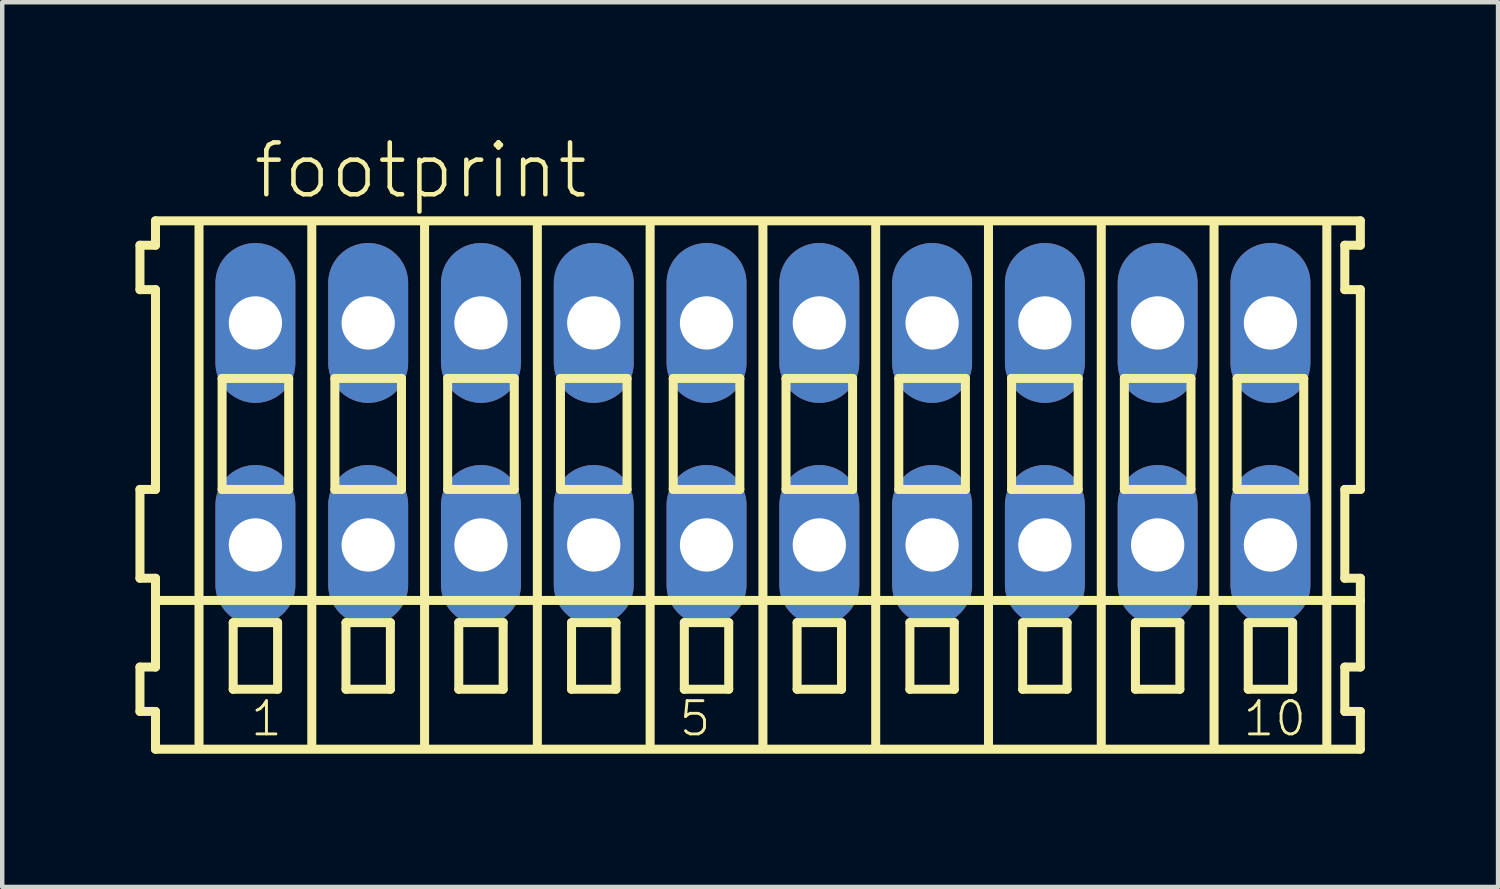
<source format=kicad_pcb>
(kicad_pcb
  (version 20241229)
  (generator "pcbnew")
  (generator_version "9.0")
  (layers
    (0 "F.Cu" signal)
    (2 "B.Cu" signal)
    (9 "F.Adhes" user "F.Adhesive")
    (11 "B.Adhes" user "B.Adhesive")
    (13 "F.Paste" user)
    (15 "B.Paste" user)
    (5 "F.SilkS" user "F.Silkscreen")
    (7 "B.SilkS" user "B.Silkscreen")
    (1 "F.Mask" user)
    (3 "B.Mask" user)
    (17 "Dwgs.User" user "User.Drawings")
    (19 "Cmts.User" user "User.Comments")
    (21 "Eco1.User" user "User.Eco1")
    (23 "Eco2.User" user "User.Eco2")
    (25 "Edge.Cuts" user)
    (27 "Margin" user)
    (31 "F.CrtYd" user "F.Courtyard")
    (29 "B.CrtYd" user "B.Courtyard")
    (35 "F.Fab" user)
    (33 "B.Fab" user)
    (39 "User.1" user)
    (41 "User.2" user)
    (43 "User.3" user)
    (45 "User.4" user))
  (footprint "footprint"
    (layer "F.Cu")
    (at 14.132 6.723)
    (property "Reference" "footprint" (at -11.53 -5.25 0) (layer "F.SilkS") (effects (font (size 1.168 1.168) (thickness 0.102)) (justify left bottom)))
    (fp_line (start -14.03 -4.25) (end -14.03 -3.25) (stroke (width 0.203) (type solid)) (layer "F.SilkS"))
    (fp_line (start -14.03 -3.25) (end -13.68 -3.25) (stroke (width 0.203) (type solid)) (layer "F.SilkS"))
    (fp_line (start -14.03 1.25) (end -14.03 3.25) (stroke (width 0.203) (type solid)) (layer "F.SilkS"))
    (fp_line (start -14.03 3.25) (end -13.68 3.25) (stroke (width 0.203) (type solid)) (layer "F.SilkS"))
    (fp_line (start -14.03 5.25) (end -14.03 6.25) (stroke (width 0.203) (type solid)) (layer "F.SilkS"))
    (fp_line (start -14.03 6.25) (end -13.68 6.25) (stroke (width 0.203) (type solid)) (layer "F.SilkS"))
    (fp_line (start -13.68 -4.8) (end -13.68 -4.25) (stroke (width 0.203) (type solid)) (layer "F.SilkS"))
    (fp_line (start -13.68 -4.25) (end -14.03 -4.25) (stroke (width 0.203) (type solid)) (layer "F.SilkS"))
    (fp_line (start -13.68 -3.25) (end -13.68 1.25) (stroke (width 0.203) (type solid)) (layer "F.SilkS"))
    (fp_line (start -13.68 1.25) (end -14.03 1.25) (stroke (width 0.203) (type solid)) (layer "F.SilkS"))
    (fp_line (start -13.68 3.25) (end -13.68 5.25) (stroke (width 0.203) (type solid)) (layer "F.SilkS"))
    (fp_line (start -13.68 3.75) (end 13.455 3.75) (stroke (width 0.203) (type solid)) (layer "F.SilkS"))
    (fp_line (start -13.68 5.25) (end -14.03 5.25) (stroke (width 0.203) (type solid)) (layer "F.SilkS"))
    (fp_line (start -13.68 6.25) (end -13.68 7.1) (stroke (width 0.203) (type solid)) (layer "F.SilkS"))
    (fp_line (start -13.68 7.1) (end 13.455 7.1) (stroke (width 0.203) (type solid)) (layer "F.SilkS"))
    (fp_line (start -12.7 6.985) (end -12.7 -4.699) (stroke (width 0.203) (type solid)) (layer "F.SilkS"))
    (fp_line (start -12.18 -1.25) (end -12.18 1.25) (stroke (width 0.203) (type solid)) (layer "F.SilkS"))
    (fp_line (start -12.18 1.25) (end -10.68 1.25) (stroke (width 0.203) (type solid)) (layer "F.SilkS"))
    (fp_line (start -11.93 4.25) (end -11.93 5.75) (stroke (width 0.203) (type solid)) (layer "F.SilkS"))
    (fp_line (start -11.93 5.75) (end -10.93 5.75) (stroke (width 0.203) (type solid)) (layer "F.SilkS"))
    (fp_line (start -10.93 4.25) (end -11.93 4.25) (stroke (width 0.203) (type solid)) (layer "F.SilkS"))
    (fp_line (start -10.93 5.75) (end -10.93 4.25) (stroke (width 0.203) (type solid)) (layer "F.SilkS"))
    (fp_line (start -10.68 -1.25) (end -12.18 -1.25) (stroke (width 0.203) (type solid)) (layer "F.SilkS"))
    (fp_line (start -10.68 1.25) (end -10.68 -1.25) (stroke (width 0.203) (type solid)) (layer "F.SilkS"))
    (fp_line (start -10.16 6.985) (end -10.16 -4.699) (stroke (width 0.203) (type solid)) (layer "F.SilkS"))
    (fp_line (start -9.64 -1.25) (end -9.64 1.25) (stroke (width 0.203) (type solid)) (layer "F.SilkS"))
    (fp_line (start -9.64 1.25) (end -8.14 1.25) (stroke (width 0.203) (type solid)) (layer "F.SilkS"))
    (fp_line (start -9.39 4.25) (end -9.39 5.75) (stroke (width 0.203) (type solid)) (layer "F.SilkS"))
    (fp_line (start -9.39 5.75) (end -8.39 5.75) (stroke (width 0.203) (type solid)) (layer "F.SilkS"))
    (fp_line (start -8.39 4.25) (end -9.39 4.25) (stroke (width 0.203) (type solid)) (layer "F.SilkS"))
    (fp_line (start -8.39 5.75) (end -8.39 4.25) (stroke (width 0.203) (type solid)) (layer "F.SilkS"))
    (fp_line (start -8.14 -1.25) (end -9.64 -1.25) (stroke (width 0.203) (type solid)) (layer "F.SilkS"))
    (fp_line (start -8.14 1.25) (end -8.14 -1.25) (stroke (width 0.203) (type solid)) (layer "F.SilkS"))
    (fp_line (start -7.62 6.985) (end -7.62 -4.699) (stroke (width 0.203) (type solid)) (layer "F.SilkS"))
    (fp_line (start -7.1 -1.25) (end -7.1 1.25) (stroke (width 0.203) (type solid)) (layer "F.SilkS"))
    (fp_line (start -7.1 1.25) (end -5.6 1.25) (stroke (width 0.203) (type solid)) (layer "F.SilkS"))
    (fp_line (start -6.85 4.25) (end -6.85 5.75) (stroke (width 0.203) (type solid)) (layer "F.SilkS"))
    (fp_line (start -6.85 5.75) (end -5.85 5.75) (stroke (width 0.203) (type solid)) (layer "F.SilkS"))
    (fp_line (start -5.85 4.25) (end -6.85 4.25) (stroke (width 0.203) (type solid)) (layer "F.SilkS"))
    (fp_line (start -5.85 5.75) (end -5.85 4.25) (stroke (width 0.203) (type solid)) (layer "F.SilkS"))
    (fp_line (start -5.6 -1.25) (end -7.1 -1.25) (stroke (width 0.203) (type solid)) (layer "F.SilkS"))
    (fp_line (start -5.6 1.25) (end -5.6 -1.25) (stroke (width 0.203) (type solid)) (layer "F.SilkS"))
    (fp_line (start -5.08 6.985) (end -5.08 -4.699) (stroke (width 0.203) (type solid)) (layer "F.SilkS"))
    (fp_line (start -4.56 -1.25) (end -4.56 1.25) (stroke (width 0.203) (type solid)) (layer "F.SilkS"))
    (fp_line (start -4.56 1.25) (end -3.06 1.25) (stroke (width 0.203) (type solid)) (layer "F.SilkS"))
    (fp_line (start -4.31 4.25) (end -4.31 5.75) (stroke (width 0.203) (type solid)) (layer "F.SilkS"))
    (fp_line (start -4.31 5.75) (end -3.31 5.75) (stroke (width 0.203) (type solid)) (layer "F.SilkS"))
    (fp_line (start -3.31 4.25) (end -4.31 4.25) (stroke (width 0.203) (type solid)) (layer "F.SilkS"))
    (fp_line (start -3.31 5.75) (end -3.31 4.25) (stroke (width 0.203) (type solid)) (layer "F.SilkS"))
    (fp_line (start -3.06 -1.25) (end -4.56 -1.25) (stroke (width 0.203) (type solid)) (layer "F.SilkS"))
    (fp_line (start -3.06 1.25) (end -3.06 -1.25) (stroke (width 0.203) (type solid)) (layer "F.SilkS"))
    (fp_line (start -2.54 6.985) (end -2.54 -4.699) (stroke (width 0.203) (type solid)) (layer "F.SilkS"))
    (fp_line (start -2.02 -1.25) (end -2.02 1.25) (stroke (width 0.203) (type solid)) (layer "F.SilkS"))
    (fp_line (start -2.02 1.25) (end -0.52 1.25) (stroke (width 0.203) (type solid)) (layer "F.SilkS"))
    (fp_line (start -1.77 4.25) (end -1.77 5.75) (stroke (width 0.203) (type solid)) (layer "F.SilkS"))
    (fp_line (start -1.77 5.75) (end -0.77 5.75) (stroke (width 0.203) (type solid)) (layer "F.SilkS"))
    (fp_line (start -0.77 4.25) (end -1.77 4.25) (stroke (width 0.203) (type solid)) (layer "F.SilkS"))
    (fp_line (start -0.77 5.75) (end -0.77 4.25) (stroke (width 0.203) (type solid)) (layer "F.SilkS"))
    (fp_line (start -0.52 -1.25) (end -2.02 -1.25) (stroke (width 0.203) (type solid)) (layer "F.SilkS"))
    (fp_line (start -0.52 1.25) (end -0.52 -1.25) (stroke (width 0.203) (type solid)) (layer "F.SilkS"))
    (fp_line (start 0 6.985) (end 0 -4.699) (stroke (width 0.203) (type solid)) (layer "F.SilkS"))
    (fp_line (start 0.52 -1.25) (end 0.52 1.25) (stroke (width 0.203) (type solid)) (layer "F.SilkS"))
    (fp_line (start 0.52 1.25) (end 2.02 1.25) (stroke (width 0.203) (type solid)) (layer "F.SilkS"))
    (fp_line (start 0.77 4.25) (end 0.77 5.75) (stroke (width 0.203) (type solid)) (layer "F.SilkS"))
    (fp_line (start 0.77 5.75) (end 1.77 5.75) (stroke (width 0.203) (type solid)) (layer "F.SilkS"))
    (fp_line (start 1.77 4.25) (end 0.77 4.25) (stroke (width 0.203) (type solid)) (layer "F.SilkS"))
    (fp_line (start 1.77 5.75) (end 1.77 4.25) (stroke (width 0.203) (type solid)) (layer "F.SilkS"))
    (fp_line (start 2.02 -1.25) (end 0.52 -1.25) (stroke (width 0.203) (type solid)) (layer "F.SilkS"))
    (fp_line (start 2.02 1.25) (end 2.02 -1.25) (stroke (width 0.203) (type solid)) (layer "F.SilkS"))
    (fp_line (start 2.54 6.985) (end 2.54 -4.699) (stroke (width 0.203) (type solid)) (layer "F.SilkS"))
    (fp_line (start 3.06 -1.25) (end 3.06 1.25) (stroke (width 0.203) (type solid)) (layer "F.SilkS"))
    (fp_line (start 3.06 1.25) (end 4.56 1.25) (stroke (width 0.203) (type solid)) (layer "F.SilkS"))
    (fp_line (start 3.31 4.25) (end 3.31 5.75) (stroke (width 0.203) (type solid)) (layer "F.SilkS"))
    (fp_line (start 3.31 5.75) (end 4.31 5.75) (stroke (width 0.203) (type solid)) (layer "F.SilkS"))
    (fp_line (start 4.31 4.25) (end 3.31 4.25) (stroke (width 0.203) (type solid)) (layer "F.SilkS"))
    (fp_line (start 4.31 5.75) (end 4.31 4.25) (stroke (width 0.203) (type solid)) (layer "F.SilkS"))
    (fp_line (start 4.56 -1.25) (end 3.06 -1.25) (stroke (width 0.203) (type solid)) (layer "F.SilkS"))
    (fp_line (start 4.56 1.25) (end 4.56 -1.25) (stroke (width 0.203) (type solid)) (layer "F.SilkS"))
    (fp_line (start 5.08 6.985) (end 5.08 -4.699) (stroke (width 0.203) (type solid)) (layer "F.SilkS"))
    (fp_line (start 5.6 -1.25) (end 5.6 1.25) (stroke (width 0.203) (type solid)) (layer "F.SilkS"))
    (fp_line (start 5.6 1.25) (end 7.1 1.25) (stroke (width 0.203) (type solid)) (layer "F.SilkS"))
    (fp_line (start 5.85 4.25) (end 5.85 5.75) (stroke (width 0.203) (type solid)) (layer "F.SilkS"))
    (fp_line (start 5.85 5.75) (end 6.85 5.75) (stroke (width 0.203) (type solid)) (layer "F.SilkS"))
    (fp_line (start 6.85 4.25) (end 5.85 4.25) (stroke (width 0.203) (type solid)) (layer "F.SilkS"))
    (fp_line (start 6.85 5.75) (end 6.85 4.25) (stroke (width 0.203) (type solid)) (layer "F.SilkS"))
    (fp_line (start 7.1 -1.25) (end 5.6 -1.25) (stroke (width 0.203) (type solid)) (layer "F.SilkS"))
    (fp_line (start 7.1 1.25) (end 7.1 -1.25) (stroke (width 0.203) (type solid)) (layer "F.SilkS"))
    (fp_line (start 7.62 6.985) (end 7.62 -4.699) (stroke (width 0.203) (type solid)) (layer "F.SilkS"))
    (fp_line (start 8.14 -1.25) (end 8.14 1.25) (stroke (width 0.203) (type solid)) (layer "F.SilkS"))
    (fp_line (start 8.14 1.25) (end 9.64 1.25) (stroke (width 0.203) (type solid)) (layer "F.SilkS"))
    (fp_line (start 8.39 4.25) (end 8.39 5.75) (stroke (width 0.203) (type solid)) (layer "F.SilkS"))
    (fp_line (start 8.39 5.75) (end 9.39 5.75) (stroke (width 0.203) (type solid)) (layer "F.SilkS"))
    (fp_line (start 9.39 4.25) (end 8.39 4.25) (stroke (width 0.203) (type solid)) (layer "F.SilkS"))
    (fp_line (start 9.39 5.75) (end 9.39 4.25) (stroke (width 0.203) (type solid)) (layer "F.SilkS"))
    (fp_line (start 9.64 -1.25) (end 8.14 -1.25) (stroke (width 0.203) (type solid)) (layer "F.SilkS"))
    (fp_line (start 9.64 1.25) (end 9.64 -1.25) (stroke (width 0.203) (type solid)) (layer "F.SilkS"))
    (fp_line (start 10.16 6.985) (end 10.16 -4.699) (stroke (width 0.203) (type solid)) (layer "F.SilkS"))
    (fp_line (start 10.68 -1.25) (end 10.68 1.25) (stroke (width 0.203) (type solid)) (layer "F.SilkS"))
    (fp_line (start 10.68 1.25) (end 12.18 1.25) (stroke (width 0.203) (type solid)) (layer "F.SilkS"))
    (fp_line (start 10.93 4.25) (end 10.93 5.75) (stroke (width 0.203) (type solid)) (layer "F.SilkS"))
    (fp_line (start 10.93 5.75) (end 11.93 5.75) (stroke (width 0.203) (type solid)) (layer "F.SilkS"))
    (fp_line (start 11.93 4.25) (end 10.93 4.25) (stroke (width 0.203) (type solid)) (layer "F.SilkS"))
    (fp_line (start 11.93 5.75) (end 11.93 4.25) (stroke (width 0.203) (type solid)) (layer "F.SilkS"))
    (fp_line (start 12.18 -1.25) (end 10.68 -1.25) (stroke (width 0.203) (type solid)) (layer "F.SilkS"))
    (fp_line (start 12.18 1.25) (end 12.18 -1.25) (stroke (width 0.203) (type solid)) (layer "F.SilkS"))
    (fp_line (start 12.7 6.985) (end 12.7 -4.699) (stroke (width 0.203) (type solid)) (layer "F.SilkS"))
    (fp_line (start 13.105 -4.25) (end 13.105 -3.25) (stroke (width 0.203) (type solid)) (layer "F.SilkS"))
    (fp_line (start 13.105 -3.25) (end 13.455 -3.25) (stroke (width 0.203) (type solid)) (layer "F.SilkS"))
    (fp_line (start 13.105 1.25) (end 13.105 3.25) (stroke (width 0.203) (type solid)) (layer "F.SilkS"))
    (fp_line (start 13.105 3.25) (end 13.455 3.25) (stroke (width 0.203) (type solid)) (layer "F.SilkS"))
    (fp_line (start 13.105 5.25) (end 13.105 6.25) (stroke (width 0.203) (type solid)) (layer "F.SilkS"))
    (fp_line (start 13.105 6.25) (end 13.455 6.25) (stroke (width 0.203) (type solid)) (layer "F.SilkS"))
    (fp_line (start 13.455 -4.8) (end -13.68 -4.8) (stroke (width 0.203) (type solid)) (layer "F.SilkS"))
    (fp_line (start 13.455 -4.25) (end 13.105 -4.25) (stroke (width 0.203) (type solid)) (layer "F.SilkS"))
    (fp_line (start 13.455 -4.25) (end 13.455 -4.8) (stroke (width 0.203) (type solid)) (layer "F.SilkS"))
    (fp_line (start 13.455 1.25) (end 13.105 1.25) (stroke (width 0.203) (type solid)) (layer "F.SilkS"))
    (fp_line (start 13.455 1.25) (end 13.455 -3.25) (stroke (width 0.203) (type solid)) (layer "F.SilkS"))
    (fp_line (start 13.455 3.75) (end 13.455 3.25) (stroke (width 0.203) (type solid)) (layer "F.SilkS"))
    (fp_line (start 13.455 5.25) (end 13.105 5.25) (stroke (width 0.203) (type solid)) (layer "F.SilkS"))
    (fp_line (start 13.455 5.25) (end 13.455 3.75) (stroke (width 0.203) (type solid)) (layer "F.SilkS"))
    (fp_line (start 13.455 7.1) (end 13.455 6.25) (stroke (width 0.203) (type solid)) (layer "F.SilkS"))
    (fp_text user "10" (at 10.772 6.85 0) (layer "F.SilkS") (effects (font (size 0.748 0.748) (thickness 0.065)) (justify left bottom)))
    (fp_text user "1" (at -11.58 6.85 0) (layer "F.SilkS") (effects (font (size 0.748 0.748) (thickness 0.065)) (justify left bottom)))
    (fp_text user "5" (at -1.928 6.85 0) (layer "F.SilkS") (effects (font (size 0.748 0.748) (thickness 0.065)) (justify left bottom)))
    (pad "A1" thru_hole oval (at -11.43 -2.5 90) (size 3.6 1.8) (drill 1.2) (layers "*.Cu" "*.Mask"))
    (pad "A2" thru_hole oval (at -8.89 -2.5 90) (size 3.6 1.8) (drill 1.2) (layers "*.Cu" "*.Mask"))
    (pad "A3" thru_hole oval (at -6.35 -2.5 90) (size 3.6 1.8) (drill 1.2) (layers "*.Cu" "*.Mask"))
    (pad "A4" thru_hole oval (at -3.81 -2.5 90) (size 3.6 1.8) (drill 1.2) (layers "*.Cu" "*.Mask"))
    (pad "A5" thru_hole oval (at -1.27 -2.5 90) (size 3.6 1.8) (drill 1.2) (layers "*.Cu" "*.Mask"))
    (pad "A6" thru_hole oval (at 1.27 -2.5 90) (size 3.6 1.8) (drill 1.2) (layers "*.Cu" "*.Mask"))
    (pad "A7" thru_hole oval (at 3.81 -2.5 90) (size 3.6 1.8) (drill 1.2) (layers "*.Cu" "*.Mask"))
    (pad "A8" thru_hole oval (at 6.35 -2.5 90) (size 3.6 1.8) (drill 1.2) (layers "*.Cu" "*.Mask"))
    (pad "A9" thru_hole oval (at 8.89 -2.5 90) (size 3.6 1.8) (drill 1.2) (layers "*.Cu" "*.Mask"))
    (pad "A10" thru_hole oval (at 11.43 -2.5 90) (size 3.6 1.8) (drill 1.2) (layers "*.Cu" "*.Mask"))
    (pad "B1" thru_hole oval (at -11.43 2.5 90) (size 3.6 1.8) (drill 1.2) (layers "*.Cu" "*.Mask"))
    (pad "B2" thru_hole oval (at -8.89 2.5 90) (size 3.6 1.8) (drill 1.2) (layers "*.Cu" "*.Mask"))
    (pad "B3" thru_hole oval (at -6.35 2.5 90) (size 3.6 1.8) (drill 1.2) (layers "*.Cu" "*.Mask"))
    (pad "B4" thru_hole oval (at -3.81 2.5 90) (size 3.6 1.8) (drill 1.2) (layers "*.Cu" "*.Mask"))
    (pad "B5" thru_hole oval (at -1.27 2.5 90) (size 3.6 1.8) (drill 1.2) (layers "*.Cu" "*.Mask"))
    (pad "B6" thru_hole oval (at 1.27 2.5 90) (size 3.6 1.8) (drill 1.2) (layers "*.Cu" "*.Mask"))
    (pad "B7" thru_hole oval (at 3.81 2.5 90) (size 3.6 1.8) (drill 1.2) (layers "*.Cu" "*.Mask"))
    (pad "B8" thru_hole oval (at 6.35 2.5 90) (size 3.6 1.8) (drill 1.2) (layers "*.Cu" "*.Mask"))
    (pad "B9" thru_hole oval (at 8.89 2.5 90) (size 3.6 1.8) (drill 1.2) (layers "*.Cu" "*.Mask"))
    (pad "B10" thru_hole oval (at 11.43 2.5 90) (size 3.6 1.8) (drill 1.2) (layers "*.Cu" "*.Mask")))
  (gr_rect
    (start -3 -3)
    (end 30.688 16.925)
    (stroke (width 0.1) (type default))
    (fill no)
    (layer "Edge.Cuts")))
</source>
